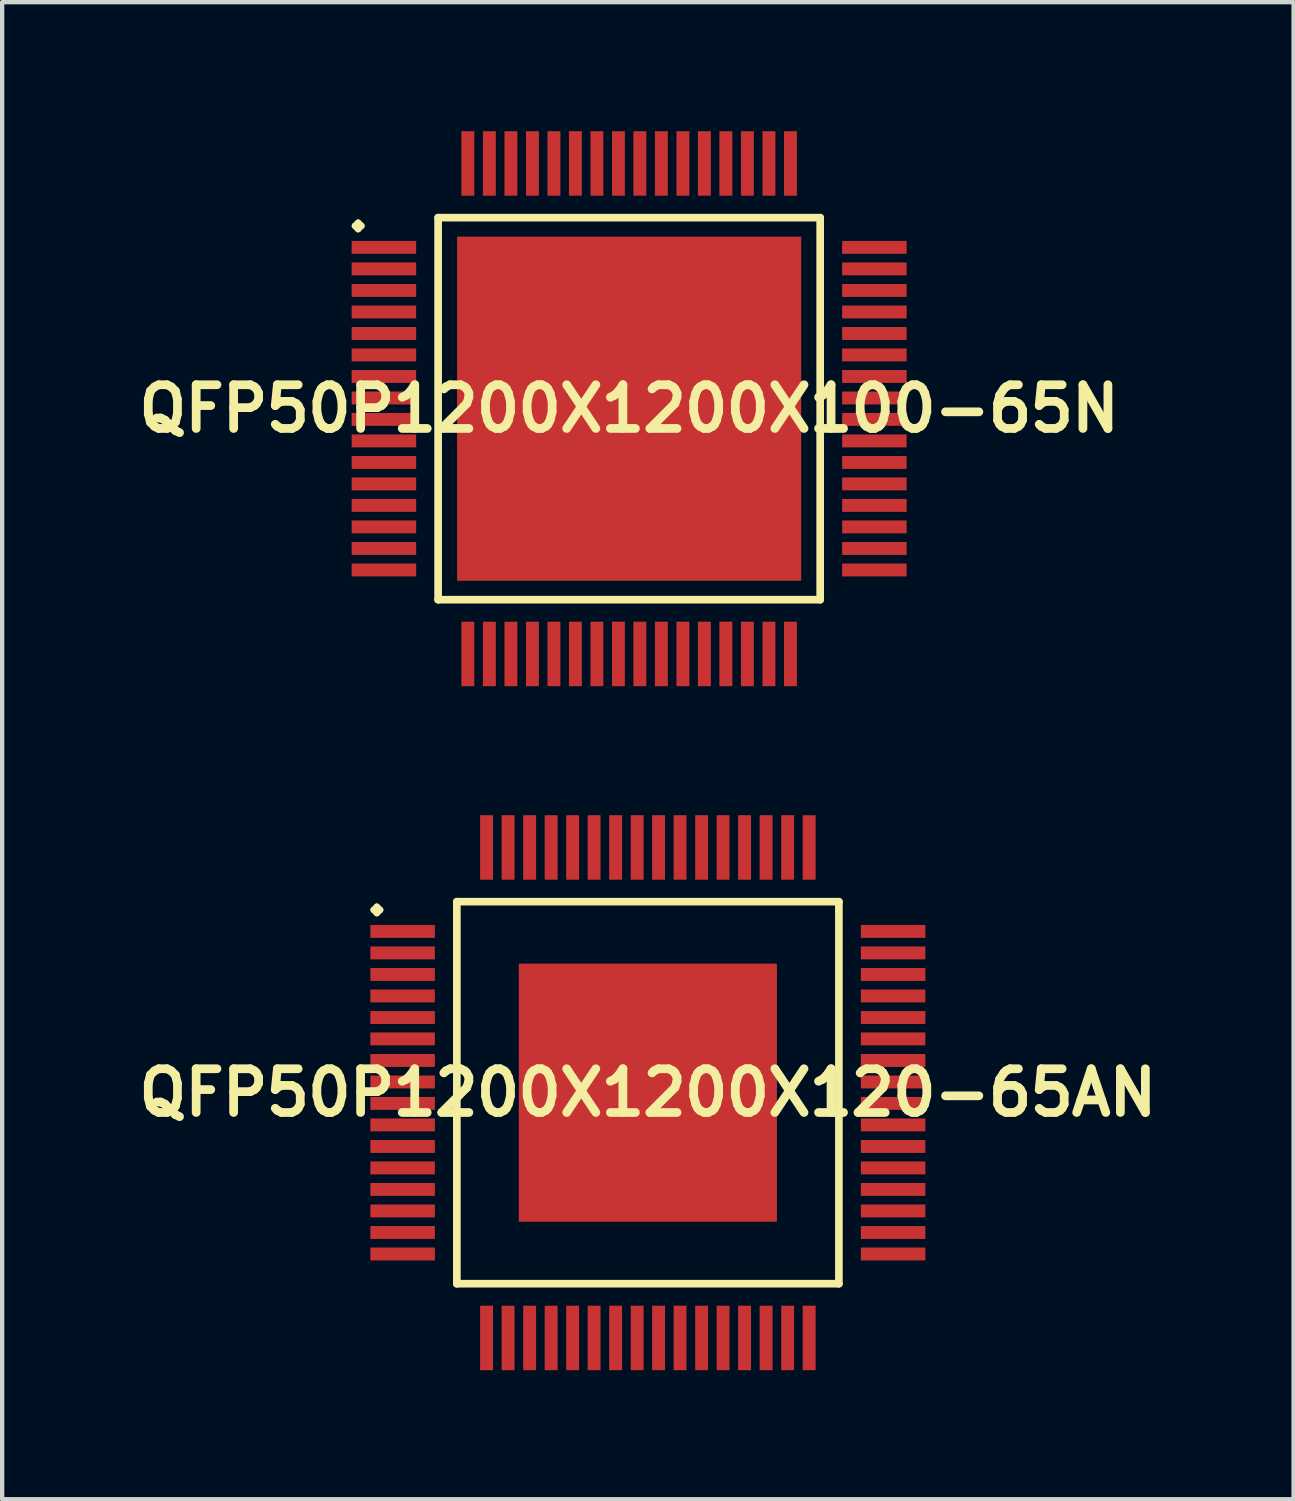
<source format=kicad_pcb>
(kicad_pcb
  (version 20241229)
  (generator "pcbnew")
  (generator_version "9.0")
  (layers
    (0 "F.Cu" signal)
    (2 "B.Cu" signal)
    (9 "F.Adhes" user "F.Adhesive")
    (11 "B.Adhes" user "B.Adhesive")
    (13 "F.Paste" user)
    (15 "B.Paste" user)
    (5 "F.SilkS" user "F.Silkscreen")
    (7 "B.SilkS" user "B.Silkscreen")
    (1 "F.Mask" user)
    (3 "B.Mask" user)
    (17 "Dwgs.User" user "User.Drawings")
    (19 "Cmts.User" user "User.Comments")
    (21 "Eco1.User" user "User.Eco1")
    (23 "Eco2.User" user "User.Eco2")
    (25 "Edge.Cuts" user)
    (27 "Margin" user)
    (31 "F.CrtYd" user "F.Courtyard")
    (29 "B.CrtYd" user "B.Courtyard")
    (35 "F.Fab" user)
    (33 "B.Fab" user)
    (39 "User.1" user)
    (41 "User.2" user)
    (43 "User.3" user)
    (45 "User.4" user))
  (footprint "QFP50P1200X1200X120-65AN"
    (layer "F.Cu")
    (at 12.008 22.347)
    (property "Reference" "QFP50P1200X1200X120-65AN" (at 0 0 0) (layer "F.SilkS") (effects (font (size 1.016 1.016) (thickness 0.203))))
    (attr smd)
    (fp_line (start -6.373 -4.249) (end -6.299 -4.323) (stroke (width 0.15) (type solid)) (layer "F.SilkS"))
    (fp_line (start -6.299 -4.323) (end -6.223 -4.249) (stroke (width 0.15) (type solid)) (layer "F.SilkS"))
    (fp_line (start -6.299 -4.173) (end -6.373 -4.249) (stroke (width 0.15) (type solid)) (layer "F.SilkS"))
    (fp_line (start -6.223 -4.249) (end -6.299 -4.173) (stroke (width 0.15) (type solid)) (layer "F.SilkS"))
    (fp_line (start -4.44 -4.44) (end -4.44 4.44) (stroke (width 0.178) (type solid)) (layer "F.SilkS"))
    (fp_line (start -4.44 4.44) (end 4.44 4.44) (stroke (width 0.178) (type solid)) (layer "F.SilkS"))
    (fp_line (start 4.44 -4.44) (end -4.44 -4.44) (stroke (width 0.178) (type solid)) (layer "F.SilkS"))
    (fp_line (start 4.44 4.44) (end 4.44 -4.44) (stroke (width 0.178) (type solid)) (layer "F.SilkS"))
    (pad "1" smd rect (at -5.7 -3.749) (size 1.499 0.3) (layers "F.Cu" "F.Mask" "F.Paste"))
    (pad "2" smd rect (at -5.7 -3.249) (size 1.499 0.3) (layers "F.Cu" "F.Mask" "F.Paste"))
    (pad "3" smd rect (at -5.7 -2.748) (size 1.499 0.3) (layers "F.Cu" "F.Mask" "F.Paste"))
    (pad "4" smd rect (at -5.7 -2.248) (size 1.499 0.3) (layers "F.Cu" "F.Mask" "F.Paste"))
    (pad "5" smd rect (at -5.7 -1.748) (size 1.499 0.3) (layers "F.Cu" "F.Mask" "F.Paste"))
    (pad "6" smd rect (at -5.7 -1.25) (size 1.499 0.3) (layers "F.Cu" "F.Mask" "F.Paste"))
    (pad "7" smd rect (at -5.7 -0.749) (size 1.499 0.3) (layers "F.Cu" "F.Mask" "F.Paste"))
    (pad "8" smd rect (at -5.7 -0.249) (size 1.499 0.3) (layers "F.Cu" "F.Mask" "F.Paste"))
    (pad "9" smd rect (at -5.7 0.249) (size 1.499 0.3) (layers "F.Cu" "F.Mask" "F.Paste"))
    (pad "10" smd rect (at -5.7 0.749) (size 1.499 0.3) (layers "F.Cu" "F.Mask" "F.Paste"))
    (pad "11" smd rect (at -5.7 1.25) (size 1.499 0.3) (layers "F.Cu" "F.Mask" "F.Paste"))
    (pad "12" smd rect (at -5.7 1.748) (size 1.499 0.3) (layers "F.Cu" "F.Mask" "F.Paste"))
    (pad "13" smd rect (at -5.7 2.248) (size 1.499 0.3) (layers "F.Cu" "F.Mask" "F.Paste"))
    (pad "14" smd rect (at -5.7 2.748) (size 1.499 0.3) (layers "F.Cu" "F.Mask" "F.Paste"))
    (pad "15" smd rect (at -5.7 3.249) (size 1.499 0.3) (layers "F.Cu" "F.Mask" "F.Paste"))
    (pad "16" smd rect (at -5.7 3.749) (size 1.499 0.3) (layers "F.Cu" "F.Mask" "F.Paste"))
    (pad "17" smd rect (at -3.749 5.7) (size 0.3 1.499) (layers "F.Cu" "F.Mask" "F.Paste"))
    (pad "18" smd rect (at -3.249 5.7) (size 0.3 1.499) (layers "F.Cu" "F.Mask" "F.Paste"))
    (pad "19" smd rect (at -2.748 5.7) (size 0.3 1.499) (layers "F.Cu" "F.Mask" "F.Paste"))
    (pad "20" smd rect (at -2.248 5.7) (size 0.3 1.499) (layers "F.Cu" "F.Mask" "F.Paste"))
    (pad "21" smd rect (at -1.748 5.7) (size 0.3 1.499) (layers "F.Cu" "F.Mask" "F.Paste"))
    (pad "22" smd rect (at -1.25 5.7) (size 0.3 1.499) (layers "F.Cu" "F.Mask" "F.Paste"))
    (pad "23" smd rect (at -0.749 5.7) (size 0.3 1.499) (layers "F.Cu" "F.Mask" "F.Paste"))
    (pad "24" smd rect (at -0.249 5.7) (size 0.3 1.499) (layers "F.Cu" "F.Mask" "F.Paste"))
    (pad "25" smd rect (at 0.249 5.7) (size 0.3 1.499) (layers "F.Cu" "F.Mask" "F.Paste"))
    (pad "26" smd rect (at 0.749 5.7) (size 0.3 1.499) (layers "F.Cu" "F.Mask" "F.Paste"))
    (pad "27" smd rect (at 1.25 5.7) (size 0.3 1.499) (layers "F.Cu" "F.Mask" "F.Paste"))
    (pad "28" smd rect (at 1.748 5.7) (size 0.3 1.499) (layers "F.Cu" "F.Mask" "F.Paste"))
    (pad "29" smd rect (at 2.248 5.7) (size 0.3 1.499) (layers "F.Cu" "F.Mask" "F.Paste"))
    (pad "30" smd rect (at 2.748 5.7) (size 0.3 1.499) (layers "F.Cu" "F.Mask" "F.Paste"))
    (pad "31" smd rect (at 3.249 5.7) (size 0.3 1.499) (layers "F.Cu" "F.Mask" "F.Paste"))
    (pad "32" smd rect (at 3.749 5.7) (size 0.3 1.499) (layers "F.Cu" "F.Mask" "F.Paste"))
    (pad "33" smd rect (at 5.7 3.749) (size 1.499 0.3) (layers "F.Cu" "F.Mask" "F.Paste"))
    (pad "34" smd rect (at 5.7 3.249) (size 1.499 0.3) (layers "F.Cu" "F.Mask" "F.Paste"))
    (pad "35" smd rect (at 5.7 2.748) (size 1.499 0.3) (layers "F.Cu" "F.Mask" "F.Paste"))
    (pad "36" smd rect (at 5.7 2.248) (size 1.499 0.3) (layers "F.Cu" "F.Mask" "F.Paste"))
    (pad "37" smd rect (at 5.7 1.748) (size 1.499 0.3) (layers "F.Cu" "F.Mask" "F.Paste"))
    (pad "38" smd rect (at 5.7 1.25) (size 1.499 0.3) (layers "F.Cu" "F.Mask" "F.Paste"))
    (pad "39" smd rect (at 5.7 0.749) (size 1.499 0.3) (layers "F.Cu" "F.Mask" "F.Paste"))
    (pad "40" smd rect (at 5.7 0.249) (size 1.499 0.3) (layers "F.Cu" "F.Mask" "F.Paste"))
    (pad "41" smd rect (at 5.7 -0.249) (size 1.499 0.3) (layers "F.Cu" "F.Mask" "F.Paste"))
    (pad "42" smd rect (at 5.7 -0.749) (size 1.499 0.3) (layers "F.Cu" "F.Mask" "F.Paste"))
    (pad "43" smd rect (at 5.7 -1.25) (size 1.499 0.3) (layers "F.Cu" "F.Mask" "F.Paste"))
    (pad "44" smd rect (at 5.7 -1.748) (size 1.499 0.3) (layers "F.Cu" "F.Mask" "F.Paste"))
    (pad "45" smd rect (at 5.7 -2.248) (size 1.499 0.3) (layers "F.Cu" "F.Mask" "F.Paste"))
    (pad "46" smd rect (at 5.7 -2.748) (size 1.499 0.3) (layers "F.Cu" "F.Mask" "F.Paste"))
    (pad "47" smd rect (at 5.7 -3.249) (size 1.499 0.3) (layers "F.Cu" "F.Mask" "F.Paste"))
    (pad "48" smd rect (at 5.7 -3.749) (size 1.499 0.3) (layers "F.Cu" "F.Mask" "F.Paste"))
    (pad "49" smd rect (at 3.749 -5.7) (size 0.3 1.499) (layers "F.Cu" "F.Mask" "F.Paste"))
    (pad "50" smd rect (at 3.249 -5.7) (size 0.3 1.499) (layers "F.Cu" "F.Mask" "F.Paste"))
    (pad "51" smd rect (at 2.748 -5.7) (size 0.3 1.499) (layers "F.Cu" "F.Mask" "F.Paste"))
    (pad "52" smd rect (at 2.248 -5.7) (size 0.3 1.499) (layers "F.Cu" "F.Mask" "F.Paste"))
    (pad "53" smd rect (at 1.748 -5.7) (size 0.3 1.499) (layers "F.Cu" "F.Mask" "F.Paste"))
    (pad "54" smd rect (at 1.25 -5.7) (size 0.3 1.499) (layers "F.Cu" "F.Mask" "F.Paste"))
    (pad "55" smd rect (at 0.749 -5.7) (size 0.3 1.499) (layers "F.Cu" "F.Mask" "F.Paste"))
    (pad "56" smd rect (at 0.249 -5.7) (size 0.3 1.499) (layers "F.Cu" "F.Mask" "F.Paste"))
    (pad "57" smd rect (at -0.249 -5.7) (size 0.3 1.499) (layers "F.Cu" "F.Mask" "F.Paste"))
    (pad "58" smd rect (at -0.749 -5.7) (size 0.3 1.499) (layers "F.Cu" "F.Mask" "F.Paste"))
    (pad "59" smd rect (at -1.25 -5.7) (size 0.3 1.499) (layers "F.Cu" "F.Mask" "F.Paste"))
    (pad "60" smd rect (at -1.748 -5.7) (size 0.3 1.499) (layers "F.Cu" "F.Mask" "F.Paste"))
    (pad "61" smd rect (at -2.248 -5.7) (size 0.3 1.499) (layers "F.Cu" "F.Mask" "F.Paste"))
    (pad "62" smd rect (at -2.748 -5.7) (size 0.3 1.499) (layers "F.Cu" "F.Mask" "F.Paste"))
    (pad "63" smd rect (at -3.249 -5.7) (size 0.3 1.499) (layers "F.Cu" "F.Mask" "F.Paste"))
    (pad "64" smd rect (at -3.749 -5.7) (size 0.3 1.499) (layers "F.Cu" "F.Mask" "F.Paste"))
    (pad "65" smd rect (at 0 0) (size 5.999 5.999) (layers "F.Cu" "F.Mask" "F.Paste")))
  (footprint "QFP50P1200X1200X100-65N"
    (layer "F.Cu")
    (at 11.573 6.449)
    (property "Reference" "QFP50P1200X1200X100-65N" (at 0 0 0) (layer "F.SilkS") (effects (font (size 1.016 1.016) (thickness 0.203))))
    (attr smd)
    (fp_line (start -6.373 -4.249) (end -6.299 -4.323) (stroke (width 0.15) (type solid)) (layer "F.SilkS"))
    (fp_line (start -6.299 -4.323) (end -6.223 -4.249) (stroke (width 0.15) (type solid)) (layer "F.SilkS"))
    (fp_line (start -6.299 -4.173) (end -6.373 -4.249) (stroke (width 0.15) (type solid)) (layer "F.SilkS"))
    (fp_line (start -6.223 -4.249) (end -6.299 -4.173) (stroke (width 0.15) (type solid)) (layer "F.SilkS"))
    (fp_line (start -4.44 -4.44) (end -4.44 4.44) (stroke (width 0.178) (type solid)) (layer "F.SilkS"))
    (fp_line (start -4.44 4.44) (end 4.44 4.44) (stroke (width 0.178) (type solid)) (layer "F.SilkS"))
    (fp_line (start 4.44 -4.44) (end -4.44 -4.44) (stroke (width 0.178) (type solid)) (layer "F.SilkS"))
    (fp_line (start 4.44 4.44) (end 4.44 -4.44) (stroke (width 0.178) (type solid)) (layer "F.SilkS"))
    (pad "1" smd rect (at -5.7 -3.749) (size 1.499 0.3) (layers "F.Cu" "F.Mask" "F.Paste"))
    (pad "2" smd rect (at -5.7 -3.249) (size 1.499 0.3) (layers "F.Cu" "F.Mask" "F.Paste"))
    (pad "3" smd rect (at -5.7 -2.748) (size 1.499 0.3) (layers "F.Cu" "F.Mask" "F.Paste"))
    (pad "4" smd rect (at -5.7 -2.248) (size 1.499 0.3) (layers "F.Cu" "F.Mask" "F.Paste"))
    (pad "5" smd rect (at -5.7 -1.748) (size 1.499 0.3) (layers "F.Cu" "F.Mask" "F.Paste"))
    (pad "6" smd rect (at -5.7 -1.25) (size 1.499 0.3) (layers "F.Cu" "F.Mask" "F.Paste"))
    (pad "7" smd rect (at -5.7 -0.749) (size 1.499 0.3) (layers "F.Cu" "F.Mask" "F.Paste"))
    (pad "8" smd rect (at -5.7 -0.249) (size 1.499 0.3) (layers "F.Cu" "F.Mask" "F.Paste"))
    (pad "9" smd rect (at -5.7 0.249) (size 1.499 0.3) (layers "F.Cu" "F.Mask" "F.Paste"))
    (pad "10" smd rect (at -5.7 0.749) (size 1.499 0.3) (layers "F.Cu" "F.Mask" "F.Paste"))
    (pad "11" smd rect (at -5.7 1.25) (size 1.499 0.3) (layers "F.Cu" "F.Mask" "F.Paste"))
    (pad "12" smd rect (at -5.7 1.748) (size 1.499 0.3) (layers "F.Cu" "F.Mask" "F.Paste"))
    (pad "13" smd rect (at -5.7 2.248) (size 1.499 0.3) (layers "F.Cu" "F.Mask" "F.Paste"))
    (pad "14" smd rect (at -5.7 2.748) (size 1.499 0.3) (layers "F.Cu" "F.Mask" "F.Paste"))
    (pad "15" smd rect (at -5.7 3.249) (size 1.499 0.3) (layers "F.Cu" "F.Mask" "F.Paste"))
    (pad "16" smd rect (at -5.7 3.749) (size 1.499 0.3) (layers "F.Cu" "F.Mask" "F.Paste"))
    (pad "17" smd rect (at -3.749 5.7) (size 0.3 1.499) (layers "F.Cu" "F.Mask" "F.Paste"))
    (pad "18" smd rect (at -3.249 5.7) (size 0.3 1.499) (layers "F.Cu" "F.Mask" "F.Paste"))
    (pad "19" smd rect (at -2.748 5.7) (size 0.3 1.499) (layers "F.Cu" "F.Mask" "F.Paste"))
    (pad "20" smd rect (at -2.248 5.7) (size 0.3 1.499) (layers "F.Cu" "F.Mask" "F.Paste"))
    (pad "21" smd rect (at -1.748 5.7) (size 0.3 1.499) (layers "F.Cu" "F.Mask" "F.Paste"))
    (pad "22" smd rect (at -1.25 5.7) (size 0.3 1.499) (layers "F.Cu" "F.Mask" "F.Paste"))
    (pad "23" smd rect (at -0.749 5.7) (size 0.3 1.499) (layers "F.Cu" "F.Mask" "F.Paste"))
    (pad "24" smd rect (at -0.249 5.7) (size 0.3 1.499) (layers "F.Cu" "F.Mask" "F.Paste"))
    (pad "25" smd rect (at 0.249 5.7) (size 0.3 1.499) (layers "F.Cu" "F.Mask" "F.Paste"))
    (pad "26" smd rect (at 0.749 5.7) (size 0.3 1.499) (layers "F.Cu" "F.Mask" "F.Paste"))
    (pad "27" smd rect (at 1.25 5.7) (size 0.3 1.499) (layers "F.Cu" "F.Mask" "F.Paste"))
    (pad "28" smd rect (at 1.748 5.7) (size 0.3 1.499) (layers "F.Cu" "F.Mask" "F.Paste"))
    (pad "29" smd rect (at 2.248 5.7) (size 0.3 1.499) (layers "F.Cu" "F.Mask" "F.Paste"))
    (pad "30" smd rect (at 2.748 5.7) (size 0.3 1.499) (layers "F.Cu" "F.Mask" "F.Paste"))
    (pad "31" smd rect (at 3.249 5.7) (size 0.3 1.499) (layers "F.Cu" "F.Mask" "F.Paste"))
    (pad "32" smd rect (at 3.749 5.7) (size 0.3 1.499) (layers "F.Cu" "F.Mask" "F.Paste"))
    (pad "33" smd rect (at 5.7 3.749) (size 1.499 0.3) (layers "F.Cu" "F.Mask" "F.Paste"))
    (pad "34" smd rect (at 5.7 3.249) (size 1.499 0.3) (layers "F.Cu" "F.Mask" "F.Paste"))
    (pad "35" smd rect (at 5.7 2.748) (size 1.499 0.3) (layers "F.Cu" "F.Mask" "F.Paste"))
    (pad "36" smd rect (at 5.7 2.248) (size 1.499 0.3) (layers "F.Cu" "F.Mask" "F.Paste"))
    (pad "37" smd rect (at 5.7 1.748) (size 1.499 0.3) (layers "F.Cu" "F.Mask" "F.Paste"))
    (pad "38" smd rect (at 5.7 1.25) (size 1.499 0.3) (layers "F.Cu" "F.Mask" "F.Paste"))
    (pad "39" smd rect (at 5.7 0.749) (size 1.499 0.3) (layers "F.Cu" "F.Mask" "F.Paste"))
    (pad "40" smd rect (at 5.7 0.249) (size 1.499 0.3) (layers "F.Cu" "F.Mask" "F.Paste"))
    (pad "41" smd rect (at 5.7 -0.249) (size 1.499 0.3) (layers "F.Cu" "F.Mask" "F.Paste"))
    (pad "42" smd rect (at 5.7 -0.749) (size 1.499 0.3) (layers "F.Cu" "F.Mask" "F.Paste"))
    (pad "43" smd rect (at 5.7 -1.25) (size 1.499 0.3) (layers "F.Cu" "F.Mask" "F.Paste"))
    (pad "44" smd rect (at 5.7 -1.748) (size 1.499 0.3) (layers "F.Cu" "F.Mask" "F.Paste"))
    (pad "45" smd rect (at 5.7 -2.248) (size 1.499 0.3) (layers "F.Cu" "F.Mask" "F.Paste"))
    (pad "46" smd rect (at 5.7 -2.748) (size 1.499 0.3) (layers "F.Cu" "F.Mask" "F.Paste"))
    (pad "47" smd rect (at 5.7 -3.249) (size 1.499 0.3) (layers "F.Cu" "F.Mask" "F.Paste"))
    (pad "48" smd rect (at 5.7 -3.749) (size 1.499 0.3) (layers "F.Cu" "F.Mask" "F.Paste"))
    (pad "49" smd rect (at 3.749 -5.7) (size 0.3 1.499) (layers "F.Cu" "F.Mask" "F.Paste"))
    (pad "50" smd rect (at 3.249 -5.7) (size 0.3 1.499) (layers "F.Cu" "F.Mask" "F.Paste"))
    (pad "51" smd rect (at 2.748 -5.7) (size 0.3 1.499) (layers "F.Cu" "F.Mask" "F.Paste"))
    (pad "52" smd rect (at 2.248 -5.7) (size 0.3 1.499) (layers "F.Cu" "F.Mask" "F.Paste"))
    (pad "53" smd rect (at 1.748 -5.7) (size 0.3 1.499) (layers "F.Cu" "F.Mask" "F.Paste"))
    (pad "54" smd rect (at 1.25 -5.7) (size 0.3 1.499) (layers "F.Cu" "F.Mask" "F.Paste"))
    (pad "55" smd rect (at 0.749 -5.7) (size 0.3 1.499) (layers "F.Cu" "F.Mask" "F.Paste"))
    (pad "56" smd rect (at 0.249 -5.7) (size 0.3 1.499) (layers "F.Cu" "F.Mask" "F.Paste"))
    (pad "57" smd rect (at -0.249 -5.7) (size 0.3 1.499) (layers "F.Cu" "F.Mask" "F.Paste"))
    (pad "58" smd rect (at -0.749 -5.7) (size 0.3 1.499) (layers "F.Cu" "F.Mask" "F.Paste"))
    (pad "59" smd rect (at -1.25 -5.7) (size 0.3 1.499) (layers "F.Cu" "F.Mask" "F.Paste"))
    (pad "60" smd rect (at -1.748 -5.7) (size 0.3 1.499) (layers "F.Cu" "F.Mask" "F.Paste"))
    (pad "61" smd rect (at -2.248 -5.7) (size 0.3 1.499) (layers "F.Cu" "F.Mask" "F.Paste"))
    (pad "62" smd rect (at -2.748 -5.7) (size 0.3 1.499) (layers "F.Cu" "F.Mask" "F.Paste"))
    (pad "63" smd rect (at -3.249 -5.7) (size 0.3 1.499) (layers "F.Cu" "F.Mask" "F.Paste"))
    (pad "64" smd rect (at -3.749 -5.7) (size 0.3 1.499) (layers "F.Cu" "F.Mask" "F.Paste"))
    (pad "65" smd rect (at 0 0) (size 7.998 7.998) (layers "F.Cu" "F.Mask" "F.Paste")))
  (gr_rect
    (start -3 -3)
    (end 27.016 31.796)
    (stroke (width 0.1) (type default))
    (fill no)
    (layer "Edge.Cuts")))
</source>
